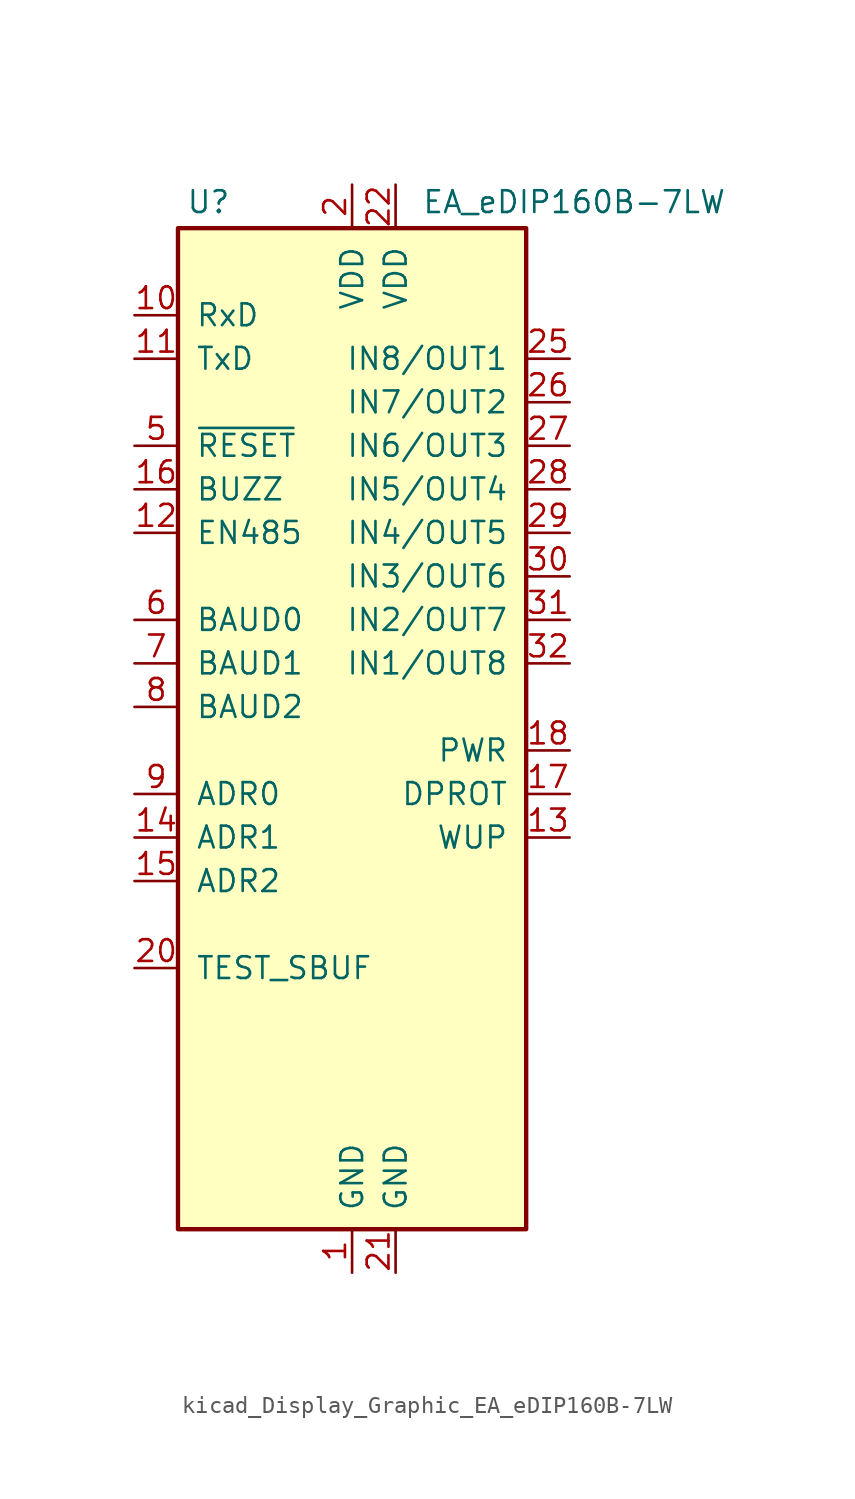
<source format=kicad_sym>
(kicad_symbol_lib
  (version 20220914)
  (generator kicad_symbol_editor)
  (symbol "kicad_Display_Graphic_EA_eDIP160B-7LW"
    (pin_names
      (offset 1.016))
    (property "Reference" "U"
      (at -8.382 29.464 0)
      (effects (font (size 1.27 1.27))))
    (property "Value" "EA_eDIP160B-7LW"
      (at 4.064 29.464 0)
      (effects (font (size 1.27 1.27)) (justify left)))
    (symbol "kicad_Display_Graphic_EA_eDIP160B-7LW_0_1"
      (rectangle (start -10.16 27.94) (end 10.16 -30.48) (stroke (width 0.254) (type default)) (fill (type background))))
    (symbol "kicad_Display_Graphic_EA_eDIP160B-7LW_1_1"
      (pin power_in line (at 0 -33.02 90) (length 2.54) (name "GND" (effects (font (size 1.27 1.27)))) (number "1" (effects (font (size 1.27 1.27)))))
      (pin input line (at -12.7 22.86 0) (length 2.54) (name "RxD" (effects (font (size 1.27 1.27)))) (number "10" (effects (font (size 1.27 1.27)))))
      (pin output line (at -12.7 20.32 0) (length 2.54) (name "TxD" (effects (font (size 1.27 1.27)))) (number "11" (effects (font (size 1.27 1.27)))))
      (pin output line (at -12.7 10.16 0) (length 2.54) (name "EN485" (effects (font (size 1.27 1.27)))) (number "12" (effects (font (size 1.27 1.27)))))
      (pin input line (at 12.7 -7.62 180) (length 2.54) (name "WUP" (effects (font (size 1.27 1.27)))) (number "13" (effects (font (size 1.27 1.27)))))
      (pin input line (at -12.7 -7.62 0) (length 2.54) (name "ADR1" (effects (font (size 1.27 1.27)))) (number "14" (effects (font (size 1.27 1.27)))))
      (pin input line (at -12.7 -10.16 0) (length 2.54) (name "ADR2" (effects (font (size 1.27 1.27)))) (number "15" (effects (font (size 1.27 1.27)))))
      (pin output line (at -12.7 12.7 0) (length 2.54) (name "BUZZ" (effects (font (size 1.27 1.27)))) (number "16" (effects (font (size 1.27 1.27)))))
      (pin input line (at 12.7 -5.08 180) (length 2.54) (name "DPROT" (effects (font (size 1.27 1.27)))) (number "17" (effects (font (size 1.27 1.27)))))
      (pin output line (at 12.7 -2.54 180) (length 2.54) (name "PWR" (effects (font (size 1.27 1.27)))) (number "18" (effects (font (size 1.27 1.27)))))
      (pin no_connect line (at -10.16 -22.86 0) (length 2.54) hide (name "NC" (effects (font (size 1.27 1.27)))) (number "19" (effects (font (size 1.27 1.27)))))
      (pin power_in line (at 0 30.48 270) (length 2.54) (name "VDD" (effects (font (size 1.27 1.27)))) (number "2" (effects (font (size 1.27 1.27)))))
      (pin open_collector line (at -12.7 -15.24 0) (length 2.54) (name "TEST_SBUF" (effects (font (size 1.27 1.27)))) (number "20" (effects (font (size 1.27 1.27)))))
      (pin power_in line (at 2.54 -33.02 90) (length 2.54) (name "GND" (effects (font (size 1.27 1.27)))) (number "21" (effects (font (size 1.27 1.27)))))
      (pin power_in line (at 2.54 30.48 270) (length 2.54) (name "VDD" (effects (font (size 1.27 1.27)))) (number "22" (effects (font (size 1.27 1.27)))))
      (pin no_connect line (at -10.16 -25.4 0) (length 2.54) hide (name "NC" (effects (font (size 1.27 1.27)))) (number "23" (effects (font (size 1.27 1.27)))))
      (pin no_connect line (at -10.16 -27.94 0) (length 2.54) hide (name "NC" (effects (font (size 1.27 1.27)))) (number "24" (effects (font (size 1.27 1.27)))))
      (pin bidirectional line (at 12.7 20.32 180) (length 2.54) (name "IN8/OUT1" (effects (font (size 1.27 1.27)))) (number "25" (effects (font (size 1.27 1.27)))))
      (pin bidirectional line (at 12.7 17.78 180) (length 2.54) (name "IN7/OUT2" (effects (font (size 1.27 1.27)))) (number "26" (effects (font (size 1.27 1.27)))))
      (pin bidirectional line (at 12.7 15.24 180) (length 2.54) (name "IN6/OUT3" (effects (font (size 1.27 1.27)))) (number "27" (effects (font (size 1.27 1.27)))))
      (pin bidirectional line (at 12.7 12.7 180) (length 2.54) (name "IN5/OUT4" (effects (font (size 1.27 1.27)))) (number "28" (effects (font (size 1.27 1.27)))))
      (pin bidirectional line (at 12.7 10.16 180) (length 2.54) (name "IN4/OUT5" (effects (font (size 1.27 1.27)))) (number "29" (effects (font (size 1.27 1.27)))))
      (pin no_connect line (at -10.16 -17.78 0) (length 2.54) hide (name "NC" (effects (font (size 1.27 1.27)))) (number "3" (effects (font (size 1.27 1.27)))))
      (pin bidirectional line (at 12.7 7.62 180) (length 2.54) (name "IN3/OUT6" (effects (font (size 1.27 1.27)))) (number "30" (effects (font (size 1.27 1.27)))))
      (pin bidirectional line (at 12.7 5.08 180) (length 2.54) (name "IN2/OUT7" (effects (font (size 1.27 1.27)))) (number "31" (effects (font (size 1.27 1.27)))))
      (pin bidirectional line (at 12.7 2.54 180) (length 2.54) (name "IN1/OUT8" (effects (font (size 1.27 1.27)))) (number "32" (effects (font (size 1.27 1.27)))))
      (pin no_connect line (at 10.16 -10.16 180) (length 2.54) hide (name "NC" (effects (font (size 1.27 1.27)))) (number "33" (effects (font (size 1.27 1.27)))))
      (pin no_connect line (at 10.16 -12.7 180) (length 2.54) hide (name "NC" (effects (font (size 1.27 1.27)))) (number "34" (effects (font (size 1.27 1.27)))))
      (pin no_connect line (at 10.16 -15.24 180) (length 2.54) hide (name "NC" (effects (font (size 1.27 1.27)))) (number "35" (effects (font (size 1.27 1.27)))))
      (pin no_connect line (at 10.16 -17.78 180) (length 2.54) hide (name "NC" (effects (font (size 1.27 1.27)))) (number "36" (effects (font (size 1.27 1.27)))))
      (pin no_connect line (at 10.16 -20.32 180) (length 2.54) hide (name "NC" (effects (font (size 1.27 1.27)))) (number "37" (effects (font (size 1.27 1.27)))))
      (pin no_connect line (at 10.16 -22.86 180) (length 2.54) hide (name "NC" (effects (font (size 1.27 1.27)))) (number "38" (effects (font (size 1.27 1.27)))))
      (pin no_connect line (at 10.16 -25.4 180) (length 2.54) hide (name "NC" (effects (font (size 1.27 1.27)))) (number "39" (effects (font (size 1.27 1.27)))))
      (pin no_connect line (at -10.16 -20.32 0) (length 2.54) hide (name "NC" (effects (font (size 1.27 1.27)))) (number "4" (effects (font (size 1.27 1.27)))))
      (pin no_connect line (at 10.16 -27.94 180) (length 2.54) hide (name "NC" (effects (font (size 1.27 1.27)))) (number "40" (effects (font (size 1.27 1.27)))))
      (pin input line (at -12.7 15.24 0) (length 2.54) (name "~{RESET}" (effects (font (size 1.27 1.27)))) (number "5" (effects (font (size 1.27 1.27)))))
      (pin input line (at -12.7 5.08 0) (length 2.54) (name "BAUD0" (effects (font (size 1.27 1.27)))) (number "6" (effects (font (size 1.27 1.27)))))
      (pin input line (at -12.7 2.54 0) (length 2.54) (name "BAUD1" (effects (font (size 1.27 1.27)))) (number "7" (effects (font (size 1.27 1.27)))))
      (pin input line (at -12.7 0 0) (length 2.54) (name "BAUD2" (effects (font (size 1.27 1.27)))) (number "8" (effects (font (size 1.27 1.27)))))
      (pin input line (at -12.7 -5.08 0) (length 2.54) (name "ADR0" (effects (font (size 1.27 1.27)))) (number "9" (effects (font (size 1.27 1.27))))))))
</source>
